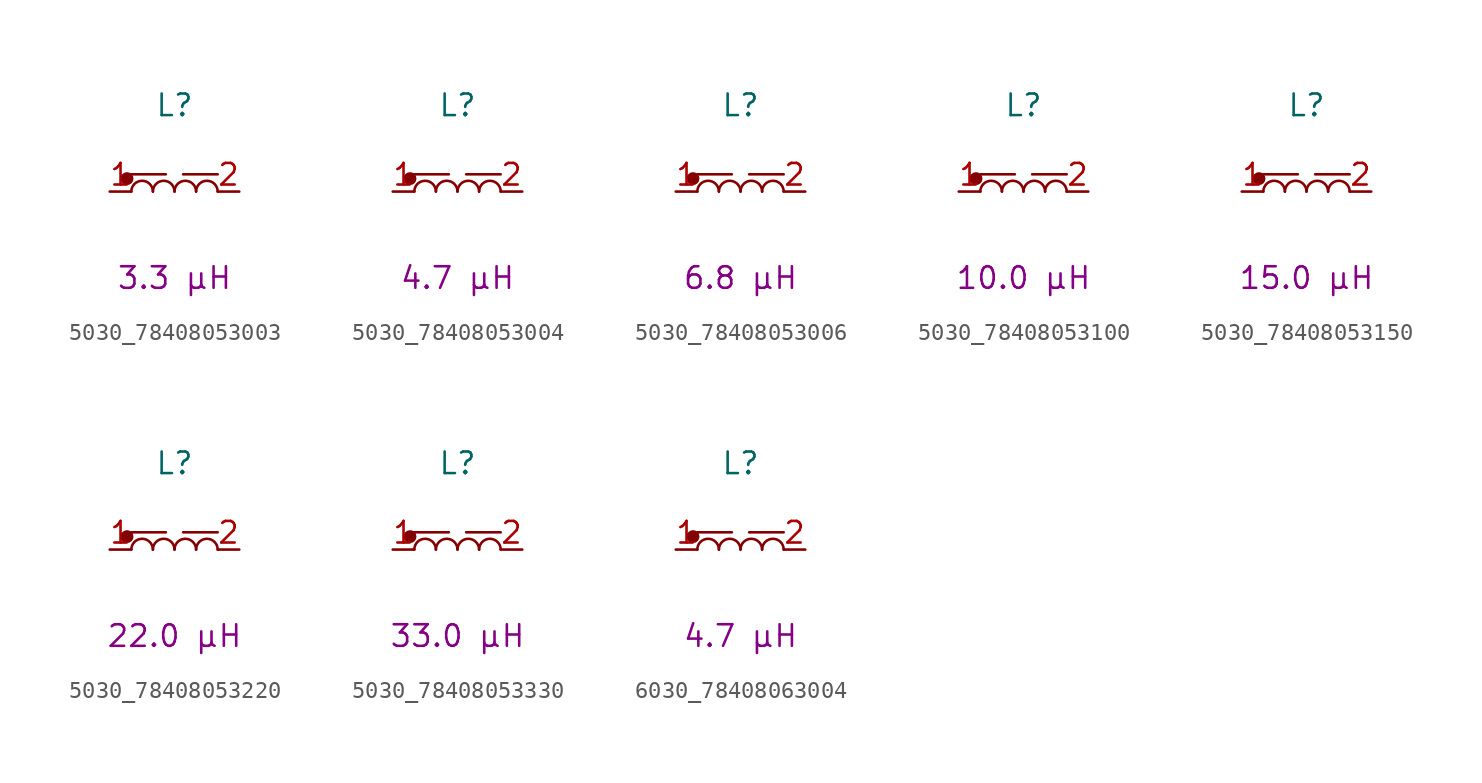
<source format=kicad_sym>
(kicad_symbol_lib
  (version 20220914)
  (generator kicad_symbol_editor)
  (symbol "5030_78408053003"
    (pin_names hide)
    (property "Reference" "L"
      (at 0 5.08 0)
      (effects (font (size 1.27 1.27))))
    (property "Critical Parameter" "3.3 µH"
      (at 0 -5.08 0)
      (effects (font (size 1.27 1.27))))
    (symbol "5030_78408053003_0_1"
      (arc (start -1.27 0) (mid -1.905 0.6323) (end -2.54 0) (stroke (width 0) (type default)) (fill (type none)))
      (arc (start 0 0) (mid -0.635 0.6323) (end -1.27 0) (stroke (width 0) (type default)) (fill (type none)))
      (polyline (pts (xy -2.54 1.016) (xy -0.508 1.016)) (stroke (width 0) (type default)) (fill (type none)))
      (arc (start 1.27 0) (mid 0.635 0.6323) (end 0 0) (stroke (width 0) (type default)) (fill (type none)))
      (arc (start 2.54 0) (mid 1.905 0.6323) (end 1.27 0) (stroke (width 0) (type default)) (fill (type none))))
    (symbol "5030_78408053003_1_1"
      (circle (center -2.794 0.762) (radius 0.0001) (stroke (width 0.381) (type default)) (fill (type none)))
      (polyline (pts (xy 2.54 1.016) (xy 0.508 1.016)) (stroke (width 0) (type default)) (fill (type none)))
      (pin passive line (at -3.81 0 0) (length 1.27) (name "1" (effects (font (size 1.27 1.27)))) (number "1" (effects (font (size 1.27 1.27)))))
      (pin passive line (at 3.81 0 180) (length 1.27) (name "2" (effects (font (size 1.27 1.27)))) (number "2" (effects (font (size 1.27 1.27)))))))
  (symbol "5030_78408053004"
    (pin_names hide)
    (property "Reference" "L"
      (at 0 5.08 0)
      (effects (font (size 1.27 1.27))))
    (property "Critical Parameter" "4.7 µH"
      (at 0 -5.08 0)
      (effects (font (size 1.27 1.27))))
    (symbol "5030_78408053004_0_1"
      (arc (start -1.27 0) (mid -1.905 0.6323) (end -2.54 0) (stroke (width 0) (type default)) (fill (type none)))
      (arc (start 0 0) (mid -0.635 0.6323) (end -1.27 0) (stroke (width 0) (type default)) (fill (type none)))
      (polyline (pts (xy -2.54 1.016) (xy -0.508 1.016)) (stroke (width 0) (type default)) (fill (type none)))
      (arc (start 1.27 0) (mid 0.635 0.6323) (end 0 0) (stroke (width 0) (type default)) (fill (type none)))
      (arc (start 2.54 0) (mid 1.905 0.6323) (end 1.27 0) (stroke (width 0) (type default)) (fill (type none))))
    (symbol "5030_78408053004_1_1"
      (circle (center -2.794 0.762) (radius 0.0001) (stroke (width 0.381) (type default)) (fill (type none)))
      (polyline (pts (xy 2.54 1.016) (xy 0.508 1.016)) (stroke (width 0) (type default)) (fill (type none)))
      (pin passive line (at -3.81 0 0) (length 1.27) (name "1" (effects (font (size 1.27 1.27)))) (number "1" (effects (font (size 1.27 1.27)))))
      (pin passive line (at 3.81 0 180) (length 1.27) (name "2" (effects (font (size 1.27 1.27)))) (number "2" (effects (font (size 1.27 1.27)))))))
  (symbol "5030_78408053006"
    (pin_names hide)
    (property "Reference" "L"
      (at 0 5.08 0)
      (effects (font (size 1.27 1.27))))
    (property "Critical Parameter" "6.8 µH"
      (at 0 -5.08 0)
      (effects (font (size 1.27 1.27))))
    (symbol "5030_78408053006_0_1"
      (arc (start -1.27 0) (mid -1.905 0.6323) (end -2.54 0) (stroke (width 0) (type default)) (fill (type none)))
      (arc (start 0 0) (mid -0.635 0.6323) (end -1.27 0) (stroke (width 0) (type default)) (fill (type none)))
      (polyline (pts (xy -2.54 1.016) (xy -0.508 1.016)) (stroke (width 0) (type default)) (fill (type none)))
      (arc (start 1.27 0) (mid 0.635 0.6323) (end 0 0) (stroke (width 0) (type default)) (fill (type none)))
      (arc (start 2.54 0) (mid 1.905 0.6323) (end 1.27 0) (stroke (width 0) (type default)) (fill (type none))))
    (symbol "5030_78408053006_1_1"
      (circle (center -2.794 0.762) (radius 0.0001) (stroke (width 0.381) (type default)) (fill (type none)))
      (polyline (pts (xy 2.54 1.016) (xy 0.508 1.016)) (stroke (width 0) (type default)) (fill (type none)))
      (pin passive line (at -3.81 0 0) (length 1.27) (name "1" (effects (font (size 1.27 1.27)))) (number "1" (effects (font (size 1.27 1.27)))))
      (pin passive line (at 3.81 0 180) (length 1.27) (name "2" (effects (font (size 1.27 1.27)))) (number "2" (effects (font (size 1.27 1.27)))))))
  (symbol "5030_78408053100"
    (pin_names hide)
    (property "Reference" "L"
      (at 0 5.08 0)
      (effects (font (size 1.27 1.27))))
    (property "Critical Parameter" "10.0 µH"
      (at 0 -5.08 0)
      (effects (font (size 1.27 1.27))))
    (symbol "5030_78408053100_0_1"
      (arc (start -1.27 0) (mid -1.905 0.6323) (end -2.54 0) (stroke (width 0) (type default)) (fill (type none)))
      (arc (start 0 0) (mid -0.635 0.6323) (end -1.27 0) (stroke (width 0) (type default)) (fill (type none)))
      (polyline (pts (xy -2.54 1.016) (xy -0.508 1.016)) (stroke (width 0) (type default)) (fill (type none)))
      (arc (start 1.27 0) (mid 0.635 0.6323) (end 0 0) (stroke (width 0) (type default)) (fill (type none)))
      (arc (start 2.54 0) (mid 1.905 0.6323) (end 1.27 0) (stroke (width 0) (type default)) (fill (type none))))
    (symbol "5030_78408053100_1_1"
      (circle (center -2.794 0.762) (radius 0.0001) (stroke (width 0.381) (type default)) (fill (type none)))
      (polyline (pts (xy 2.54 1.016) (xy 0.508 1.016)) (stroke (width 0) (type default)) (fill (type none)))
      (pin passive line (at -3.81 0 0) (length 1.27) (name "1" (effects (font (size 1.27 1.27)))) (number "1" (effects (font (size 1.27 1.27)))))
      (pin passive line (at 3.81 0 180) (length 1.27) (name "2" (effects (font (size 1.27 1.27)))) (number "2" (effects (font (size 1.27 1.27)))))))
  (symbol "5030_78408053150"
    (pin_names hide)
    (property "Reference" "L"
      (at 0 5.08 0)
      (effects (font (size 1.27 1.27))))
    (property "Critical Parameter" "15.0 µH"
      (at 0 -5.08 0)
      (effects (font (size 1.27 1.27))))
    (symbol "5030_78408053150_0_1"
      (arc (start -1.27 0) (mid -1.905 0.6323) (end -2.54 0) (stroke (width 0) (type default)) (fill (type none)))
      (arc (start 0 0) (mid -0.635 0.6323) (end -1.27 0) (stroke (width 0) (type default)) (fill (type none)))
      (polyline (pts (xy -2.54 1.016) (xy -0.508 1.016)) (stroke (width 0) (type default)) (fill (type none)))
      (arc (start 1.27 0) (mid 0.635 0.6323) (end 0 0) (stroke (width 0) (type default)) (fill (type none)))
      (arc (start 2.54 0) (mid 1.905 0.6323) (end 1.27 0) (stroke (width 0) (type default)) (fill (type none))))
    (symbol "5030_78408053150_1_1"
      (circle (center -2.794 0.762) (radius 0.0001) (stroke (width 0.381) (type default)) (fill (type none)))
      (polyline (pts (xy 2.54 1.016) (xy 0.508 1.016)) (stroke (width 0) (type default)) (fill (type none)))
      (pin passive line (at -3.81 0 0) (length 1.27) (name "1" (effects (font (size 1.27 1.27)))) (number "1" (effects (font (size 1.27 1.27)))))
      (pin passive line (at 3.81 0 180) (length 1.27) (name "2" (effects (font (size 1.27 1.27)))) (number "2" (effects (font (size 1.27 1.27)))))))
  (symbol "5030_78408053220"
    (pin_names hide)
    (property "Reference" "L"
      (at 0 5.08 0)
      (effects (font (size 1.27 1.27))))
    (property "Critical Parameter" "22.0 µH"
      (at 0 -5.08 0)
      (effects (font (size 1.27 1.27))))
    (symbol "5030_78408053220_0_1"
      (arc (start -1.27 0) (mid -1.905 0.6323) (end -2.54 0) (stroke (width 0) (type default)) (fill (type none)))
      (arc (start 0 0) (mid -0.635 0.6323) (end -1.27 0) (stroke (width 0) (type default)) (fill (type none)))
      (polyline (pts (xy -2.54 1.016) (xy -0.508 1.016)) (stroke (width 0) (type default)) (fill (type none)))
      (arc (start 1.27 0) (mid 0.635 0.6323) (end 0 0) (stroke (width 0) (type default)) (fill (type none)))
      (arc (start 2.54 0) (mid 1.905 0.6323) (end 1.27 0) (stroke (width 0) (type default)) (fill (type none))))
    (symbol "5030_78408053220_1_1"
      (circle (center -2.794 0.762) (radius 0.0001) (stroke (width 0.381) (type default)) (fill (type none)))
      (polyline (pts (xy 2.54 1.016) (xy 0.508 1.016)) (stroke (width 0) (type default)) (fill (type none)))
      (pin passive line (at -3.81 0 0) (length 1.27) (name "1" (effects (font (size 1.27 1.27)))) (number "1" (effects (font (size 1.27 1.27)))))
      (pin passive line (at 3.81 0 180) (length 1.27) (name "2" (effects (font (size 1.27 1.27)))) (number "2" (effects (font (size 1.27 1.27)))))))
  (symbol "5030_78408053330"
    (pin_names hide)
    (property "Reference" "L"
      (at 0 5.08 0)
      (effects (font (size 1.27 1.27))))
    (property "Critical Parameter" "33.0 µH"
      (at 0 -5.08 0)
      (effects (font (size 1.27 1.27))))
    (symbol "5030_78408053330_0_1"
      (arc (start -1.27 0) (mid -1.905 0.6323) (end -2.54 0) (stroke (width 0) (type default)) (fill (type none)))
      (arc (start 0 0) (mid -0.635 0.6323) (end -1.27 0) (stroke (width 0) (type default)) (fill (type none)))
      (polyline (pts (xy -2.54 1.016) (xy -0.508 1.016)) (stroke (width 0) (type default)) (fill (type none)))
      (arc (start 1.27 0) (mid 0.635 0.6323) (end 0 0) (stroke (width 0) (type default)) (fill (type none)))
      (arc (start 2.54 0) (mid 1.905 0.6323) (end 1.27 0) (stroke (width 0) (type default)) (fill (type none))))
    (symbol "5030_78408053330_1_1"
      (circle (center -2.794 0.762) (radius 0.0001) (stroke (width 0.381) (type default)) (fill (type none)))
      (polyline (pts (xy 2.54 1.016) (xy 0.508 1.016)) (stroke (width 0) (type default)) (fill (type none)))
      (pin passive line (at -3.81 0 0) (length 1.27) (name "1" (effects (font (size 1.27 1.27)))) (number "1" (effects (font (size 1.27 1.27)))))
      (pin passive line (at 3.81 0 180) (length 1.27) (name "2" (effects (font (size 1.27 1.27)))) (number "2" (effects (font (size 1.27 1.27)))))))
  (symbol "6030_78408063004"
    (pin_names hide)
    (property "Reference" "L"
      (at 0 5.08 0)
      (effects (font (size 1.27 1.27))))
    (property "Critical Parameter" "4.7 µH"
      (at 0 -5.08 0)
      (effects (font (size 1.27 1.27))))
    (symbol "6030_78408063004_0_1"
      (arc (start -1.27 0) (mid -1.905 0.6323) (end -2.54 0) (stroke (width 0) (type default)) (fill (type none)))
      (arc (start 0 0) (mid -0.635 0.6323) (end -1.27 0) (stroke (width 0) (type default)) (fill (type none)))
      (polyline (pts (xy -2.54 1.016) (xy -0.508 1.016)) (stroke (width 0) (type default)) (fill (type none)))
      (arc (start 1.27 0) (mid 0.635 0.6323) (end 0 0) (stroke (width 0) (type default)) (fill (type none)))
      (arc (start 2.54 0) (mid 1.905 0.6323) (end 1.27 0) (stroke (width 0) (type default)) (fill (type none))))
    (symbol "6030_78408063004_1_1"
      (circle (center -2.794 0.762) (radius 0.0001) (stroke (width 0.381) (type default)) (fill (type none)))
      (polyline (pts (xy 2.54 1.016) (xy 0.508 1.016)) (stroke (width 0) (type default)) (fill (type none)))
      (pin passive line (at -3.81 0 0) (length 1.27) (name "1" (effects (font (size 1.27 1.27)))) (number "1" (effects (font (size 1.27 1.27)))))
      (pin passive line (at 3.81 0 180) (length 1.27) (name "2" (effects (font (size 1.27 1.27)))) (number "2" (effects (font (size 1.27 1.27))))))))
</source>
